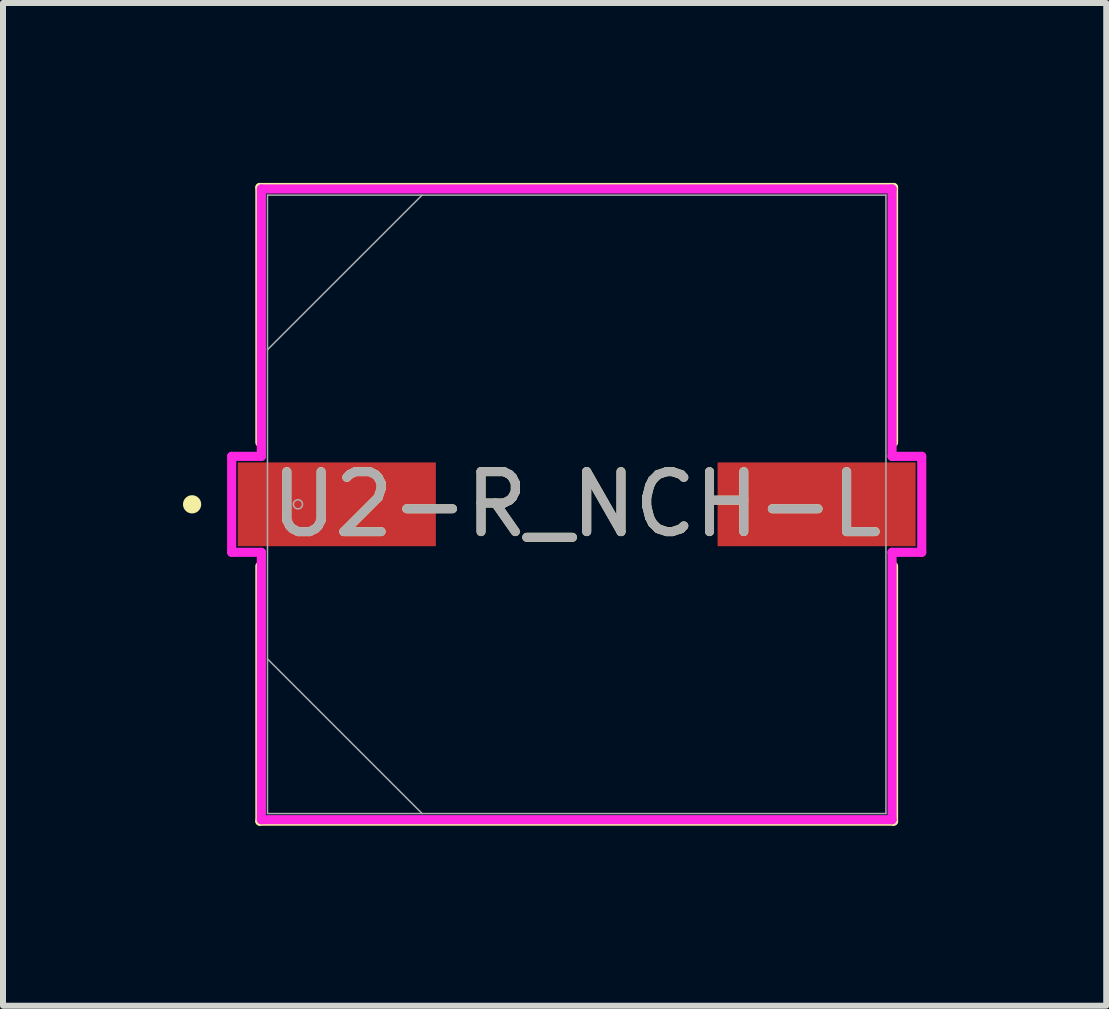
<source format=kicad_pcb>
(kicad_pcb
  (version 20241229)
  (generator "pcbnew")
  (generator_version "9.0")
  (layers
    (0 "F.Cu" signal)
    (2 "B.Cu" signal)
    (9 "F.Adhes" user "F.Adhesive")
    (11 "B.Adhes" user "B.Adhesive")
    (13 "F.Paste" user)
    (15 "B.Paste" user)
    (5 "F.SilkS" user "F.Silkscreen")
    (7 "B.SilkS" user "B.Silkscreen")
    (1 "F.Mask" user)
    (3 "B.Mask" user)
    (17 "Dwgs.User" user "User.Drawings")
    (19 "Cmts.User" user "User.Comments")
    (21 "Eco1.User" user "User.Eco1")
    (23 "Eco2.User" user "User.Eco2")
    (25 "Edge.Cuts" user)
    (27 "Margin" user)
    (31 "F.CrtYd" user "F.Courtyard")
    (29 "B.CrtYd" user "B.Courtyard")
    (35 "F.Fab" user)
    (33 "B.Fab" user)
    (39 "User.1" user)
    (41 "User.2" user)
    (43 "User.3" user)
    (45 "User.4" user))
  (footprint "U2-R_NCH-L"
    (layer "F.Cu")
    (at 6.566 5.359)
    (property "Reference" "U2-R_NCH-L" (at 0 0 0) (unlocked yes) (layer "F.SilkS") (effects (font (size 1 1) (thickness 0.15))))
    (attr smd)
    (fp_line (start -5.283 -5.283) (end -5.283 -1.031) (stroke (width 0.152) (type solid)) (layer "F.SilkS"))
    (fp_line (start -5.283 1.031) (end -5.283 5.283) (stroke (width 0.152) (type solid)) (layer "F.SilkS"))
    (fp_line (start -5.283 5.283) (end 5.283 5.283) (stroke (width 0.152) (type solid)) (layer "F.SilkS"))
    (fp_line (start 5.283 -5.283) (end -5.283 -5.283) (stroke (width 0.152) (type solid)) (layer "F.SilkS"))
    (fp_line (start 5.283 -1.031) (end 5.283 -5.283) (stroke (width 0.152) (type solid)) (layer "F.SilkS"))
    (fp_line (start 5.283 5.283) (end 5.283 1.031) (stroke (width 0.152) (type solid)) (layer "F.SilkS"))
    (fp_circle (center -6.413 0) (end -6.337 0) (stroke (width 0.152) (type solid)) (fill no) (layer "F.SilkS"))
    (fp_line (start -5.753 -0.8) (end -5.258 -0.8) (stroke (width 0.152) (type solid)) (layer "F.CrtYd"))
    (fp_line (start -5.753 0.8) (end -5.753 -0.8) (stroke (width 0.152) (type solid)) (layer "F.CrtYd"))
    (fp_line (start -5.258 -5.258) (end 5.258 -5.258) (stroke (width 0.152) (type solid)) (layer "F.CrtYd"))
    (fp_line (start -5.258 -0.8) (end -5.258 -5.258) (stroke (width 0.152) (type solid)) (layer "F.CrtYd"))
    (fp_line (start -5.258 0.8) (end -5.753 0.8) (stroke (width 0.152) (type solid)) (layer "F.CrtYd"))
    (fp_line (start -5.258 5.258) (end -5.258 0.8) (stroke (width 0.152) (type solid)) (layer "F.CrtYd"))
    (fp_line (start 5.258 -5.258) (end 5.258 -0.8) (stroke (width 0.152) (type solid)) (layer "F.CrtYd"))
    (fp_line (start 5.258 -0.8) (end 5.753 -0.8) (stroke (width 0.152) (type solid)) (layer "F.CrtYd"))
    (fp_line (start 5.258 0.8) (end 5.258 5.258) (stroke (width 0.152) (type solid)) (layer "F.CrtYd"))
    (fp_line (start 5.258 5.258) (end -5.258 5.258) (stroke (width 0.152) (type solid)) (layer "F.CrtYd"))
    (fp_line (start 5.753 -0.8) (end 5.753 0.8) (stroke (width 0.152) (type solid)) (layer "F.CrtYd"))
    (fp_line (start 5.753 0.8) (end 5.258 0.8) (stroke (width 0.152) (type solid)) (layer "F.CrtYd"))
    (fp_line (start -5.156 -5.156) (end -5.156 5.156) (stroke (width 0.025) (type solid)) (layer "F.Fab"))
    (fp_line (start -5.156 -2.578) (end -2.578 -5.156) (stroke (width 0.025) (type solid)) (layer "F.Fab"))
    (fp_line (start -5.156 2.578) (end -2.578 5.156) (stroke (width 0.025) (type solid)) (layer "F.Fab"))
    (fp_line (start -5.156 5.156) (end 5.156 5.156) (stroke (width 0.025) (type solid)) (layer "F.Fab"))
    (fp_line (start 5.156 -5.156) (end -5.156 -5.156) (stroke (width 0.025) (type solid)) (layer "F.Fab"))
    (fp_line (start 5.156 5.156) (end 5.156 -5.156) (stroke (width 0.025) (type solid)) (layer "F.Fab"))
    (fp_circle (center -4.648 0) (end -4.572 0) (stroke (width 0.025) (type solid)) (fill no) (layer "F.Fab"))
    (fp_text user "${REFERENCE}" (at 0 0 0) (unlocked yes) (layer "F.Fab") (effects (font (size 1 1) (thickness 0.15))))
    (pad "1" smd rect (at -4 0) (size 3.302 1.397) (layers "F.Cu" "F.Mask" "F.Paste"))
    (pad "2" smd rect (at 4 0) (size 3.302 1.397) (layers "F.Cu" "F.Mask" "F.Paste"))
    (zone (net_name "") (layer "F.Cu") (hatch full 0.508) (connect_pads) (min_thickness 0.254) (filled_areas_thickness no) (keepout (tracks not_allowed) (vias not_allowed) (pads allowed) (copperpour not_allowed) (footprints allowed)) (placement (enabled no)) (fill) (polygon (pts (xy 1.46 0.254) (xy 11.671 0.254) (xy 11.671 4.61) (xy 1.46 4.61))))
    (zone (net_name "") (layer "F.Cu") (hatch full 0.508) (connect_pads) (min_thickness 0.254) (filled_areas_thickness no) (keepout (tracks not_allowed) (vias not_allowed) (pads allowed) (copperpour not_allowed) (footprints allowed)) (placement (enabled no)) (fill) (polygon (pts (xy 1.46 6.109) (xy 11.671 6.109) (xy 11.671 10.465) (xy 1.46 10.465))))
    (zone (net_name "") (layer "F.Cu") (hatch full 0.508) (connect_pads) (min_thickness 0.254) (filled_areas_thickness no) (keepout (tracks not_allowed) (vias not_allowed) (pads allowed) (copperpour not_allowed) (footprints allowed)) (placement (enabled no)) (fill) (polygon (pts (xy 4.267 4.61) (xy 8.865 4.61) (xy 8.865 6.109) (xy 4.267 6.109)))))
  (gr_rect
    (start -3 -3)
    (end 15.395 13.719)
    (stroke (width 0.1) (type default))
    (fill no)
    (layer "Edge.Cuts")))
</source>
